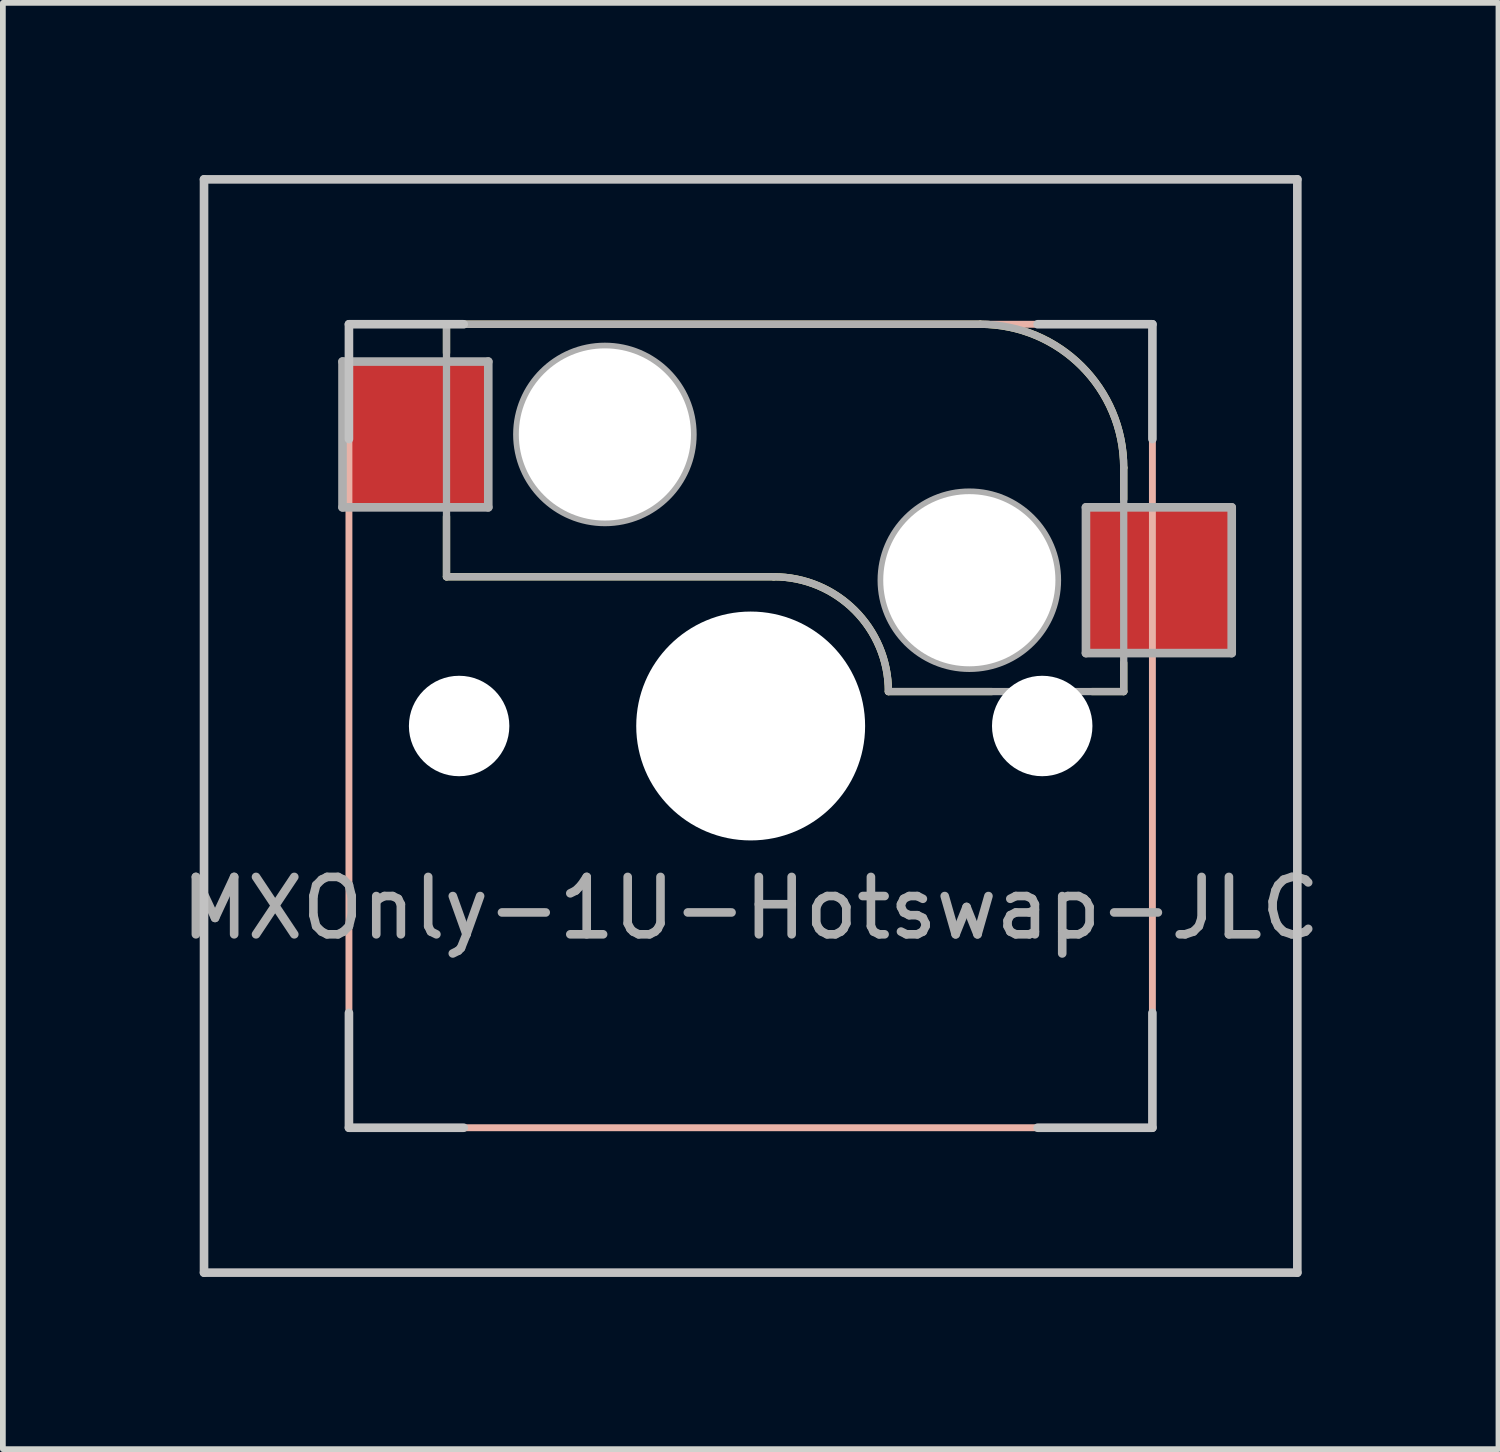
<source format=kicad_pcb>
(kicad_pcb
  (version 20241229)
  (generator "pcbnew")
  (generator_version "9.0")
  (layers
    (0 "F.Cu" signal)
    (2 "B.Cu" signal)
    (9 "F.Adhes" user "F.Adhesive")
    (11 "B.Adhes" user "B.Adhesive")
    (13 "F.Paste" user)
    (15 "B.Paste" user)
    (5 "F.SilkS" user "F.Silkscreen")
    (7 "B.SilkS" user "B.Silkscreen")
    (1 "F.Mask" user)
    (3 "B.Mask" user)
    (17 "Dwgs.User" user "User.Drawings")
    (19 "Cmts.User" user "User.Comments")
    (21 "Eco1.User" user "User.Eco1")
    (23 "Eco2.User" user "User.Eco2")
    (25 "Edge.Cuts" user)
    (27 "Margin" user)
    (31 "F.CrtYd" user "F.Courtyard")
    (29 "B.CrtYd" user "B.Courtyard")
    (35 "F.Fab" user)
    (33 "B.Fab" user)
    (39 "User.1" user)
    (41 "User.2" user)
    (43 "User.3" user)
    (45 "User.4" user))
  (footprint "MXOnly-1U-Hotswap-JLC"
    (layer "F.Cu")
    (at 10.64 5.8)
    (property "Reference" "MXOnly-1U-Hotswap-JLC" (at -0.61 6.975 0) (layer "F.Fab") (effects (font (size 1 1) (thickness 0.15))))
    (attr smd)
    (fp_line (start -5.91 -3.2) (end -5.91 -2.7) (stroke (width 0.127) (type solid)) (layer "F.SilkS"))
    (fp_line (start -5.91 -3.2) (end 3.39 -3.2) (stroke (width 0.127) (type solid)) (layer "F.SilkS"))
    (fp_line (start -5.91 0.15) (end -5.91 1.2) (stroke (width 0.127) (type solid)) (layer "F.SilkS"))
    (fp_line (start -0.21 1.2) (end -5.91 1.2) (stroke (width 0.127) (type solid)) (layer "F.SilkS"))
    (fp_line (start 3.59 3.2) (end 1.79 3.2) (stroke (width 0.127) (type solid)) (layer "F.SilkS"))
    (fp_line (start 5.89 -0.7) (end 5.89 -0.15) (stroke (width 0.127) (type solid)) (layer "F.SilkS"))
    (fp_line (start 5.89 2.7) (end 5.89 3.2) (stroke (width 0.127) (type solid)) (layer "F.SilkS"))
    (fp_line (start 5.89 3.2) (end 5.34 3.2) (stroke (width 0.127) (type solid)) (layer "F.SilkS"))
    (fp_arc (start -0.21 1.2) (mid 1.204214 1.785786) (end 1.79 3.2) (stroke (width 0.127) (type solid)) (layer "F.SilkS"))
    (fp_arc (start 3.39 -3.2) (mid 5.157767 -2.467767) (end 5.89 -0.7) (stroke (width 0.127) (type solid)) (layer "F.SilkS"))
    (fp_rect (start 6.39 -3.2) (end -7.61 10.8) (stroke (width 0.12) (type solid)) (fill no) (layer "B.SilkS"))
    (fp_line (start -10.135 -5.725) (end -10.135 13.325) (stroke (width 0.15) (type solid)) (layer "Dwgs.User"))
    (fp_line (start -10.135 13.325) (end 8.915 13.325) (stroke (width 0.15) (type solid)) (layer "Dwgs.User"))
    (fp_line (start -7.61 -3.2) (end -7.61 -1.2) (stroke (width 0.15) (type solid)) (layer "Dwgs.User"))
    (fp_line (start -7.61 10.8) (end -7.61 8.8) (stroke (width 0.15) (type solid)) (layer "Dwgs.User"))
    (fp_line (start -5.61 -3.2) (end -7.61 -3.2) (stroke (width 0.15) (type solid)) (layer "Dwgs.User"))
    (fp_line (start -5.61 10.8) (end -7.61 10.8) (stroke (width 0.15) (type solid)) (layer "Dwgs.User"))
    (fp_line (start 4.39 -3.2) (end 6.39 -3.2) (stroke (width 0.15) (type solid)) (layer "Dwgs.User"))
    (fp_line (start 6.39 -3.2) (end 6.39 -1.2) (stroke (width 0.15) (type solid)) (layer "Dwgs.User"))
    (fp_line (start 6.39 8.8) (end 6.39 10.8) (stroke (width 0.15) (type solid)) (layer "Dwgs.User"))
    (fp_line (start 6.39 10.8) (end 4.39 10.8) (stroke (width 0.15) (type solid)) (layer "Dwgs.User"))
    (fp_line (start 8.915 -5.725) (end -10.135 -5.725) (stroke (width 0.15) (type solid)) (layer "Dwgs.User"))
    (fp_line (start 8.915 13.325) (end 8.915 -5.725) (stroke (width 0.15) (type solid)) (layer "Dwgs.User"))
    (fp_line (start -7.722 -2.55) (end -7.722 -0.01) (stroke (width 0.15) (type solid)) (layer "F.Fab"))
    (fp_line (start -7.722 -0.01) (end -5.182 -0.01) (stroke (width 0.15) (type solid)) (layer "F.Fab"))
    (fp_line (start -5.91 -3.2) (end -5.91 1.2) (stroke (width 0.127) (type solid)) (layer "F.Fab"))
    (fp_line (start -5.91 -3.2) (end 3.39 -3.2) (stroke (width 0.127) (type solid)) (layer "F.Fab"))
    (fp_line (start -5.182 -2.55) (end -7.722 -2.55) (stroke (width 0.15) (type solid)) (layer "F.Fab"))
    (fp_line (start -5.182 -0.01) (end -5.182 -2.55) (stroke (width 0.15) (type solid)) (layer "F.Fab"))
    (fp_line (start -0.21 1.2) (end -5.91 1.2) (stroke (width 0.127) (type solid)) (layer "F.Fab"))
    (fp_line (start 5.232 -0.01) (end 7.772 -0.01) (stroke (width 0.15) (type solid)) (layer "F.Fab"))
    (fp_line (start 5.232 2.53) (end 5.232 -0.01) (stroke (width 0.15) (type solid)) (layer "F.Fab"))
    (fp_line (start 5.89 -0.7) (end 5.89 3.2) (stroke (width 0.127) (type solid)) (layer "F.Fab"))
    (fp_line (start 5.89 3.2) (end 1.79 3.2) (stroke (width 0.127) (type solid)) (layer "F.Fab"))
    (fp_line (start 7.772 -0.01) (end 7.772 2.53) (stroke (width 0.15) (type solid)) (layer "F.Fab"))
    (fp_line (start 7.772 2.53) (end 5.232 2.53) (stroke (width 0.15) (type solid)) (layer "F.Fab"))
    (fp_arc (start -0.21 1.2) (mid 1.204214 1.785786) (end 1.79 3.2) (stroke (width 0.127) (type solid)) (layer "F.Fab"))
    (fp_arc (start 3.39 -3.2) (mid 5.157767 -2.467767) (end 5.89 -0.7) (stroke (width 0.127) (type solid)) (layer "F.Fab"))
    (fp_circle (center -3.15 -1.28) (end -3.15 -2.804) (stroke (width 0.15) (type solid)) (fill no) (layer "F.Fab"))
    (fp_circle (center 3.2 1.26) (end 3.2 -0.264) (stroke (width 0.15) (type solid)) (fill no) (layer "F.Fab"))
    (pad "" np_thru_hole circle (at -5.69 3.8 311.9) (size 1.75 1.75) (drill 1.75) (layers "*.Cu" "*.Mask"))
    (pad "" np_thru_hole circle (at -3.15 -1.28) (size 3 3) (drill 3) (layers "*.Cu" "*.Mask"))
    (pad "" np_thru_hole circle (at -0.61 3.8) (size 3.988 3.988) (drill 3.988) (layers "*.Cu" "*.Mask"))
    (pad "" np_thru_hole circle (at 3.2 1.26) (size 3 3) (drill 3) (layers "*.Cu" "*.Mask"))
    (pad "" np_thru_hole circle (at 4.47 3.8 311.9) (size 1.75 1.75) (drill 1.75) (layers "*.Cu" "*.Mask"))
    (pad "1" smd rect (at 6.475 1.26) (size 2.55 2.5) (layers "F.Cu" "F.Mask" "F.Paste"))
    (pad "2" smd rect (at -6.452 -1.28) (size 2.55 2.5) (layers "F.Cu" "F.Mask" "F.Paste")))
  (gr_rect
    (start -3 -3)
    (end 23.06 22.2)
    (stroke (width 0.1) (type default))
    (fill no)
    (layer "Edge.Cuts")))
</source>
